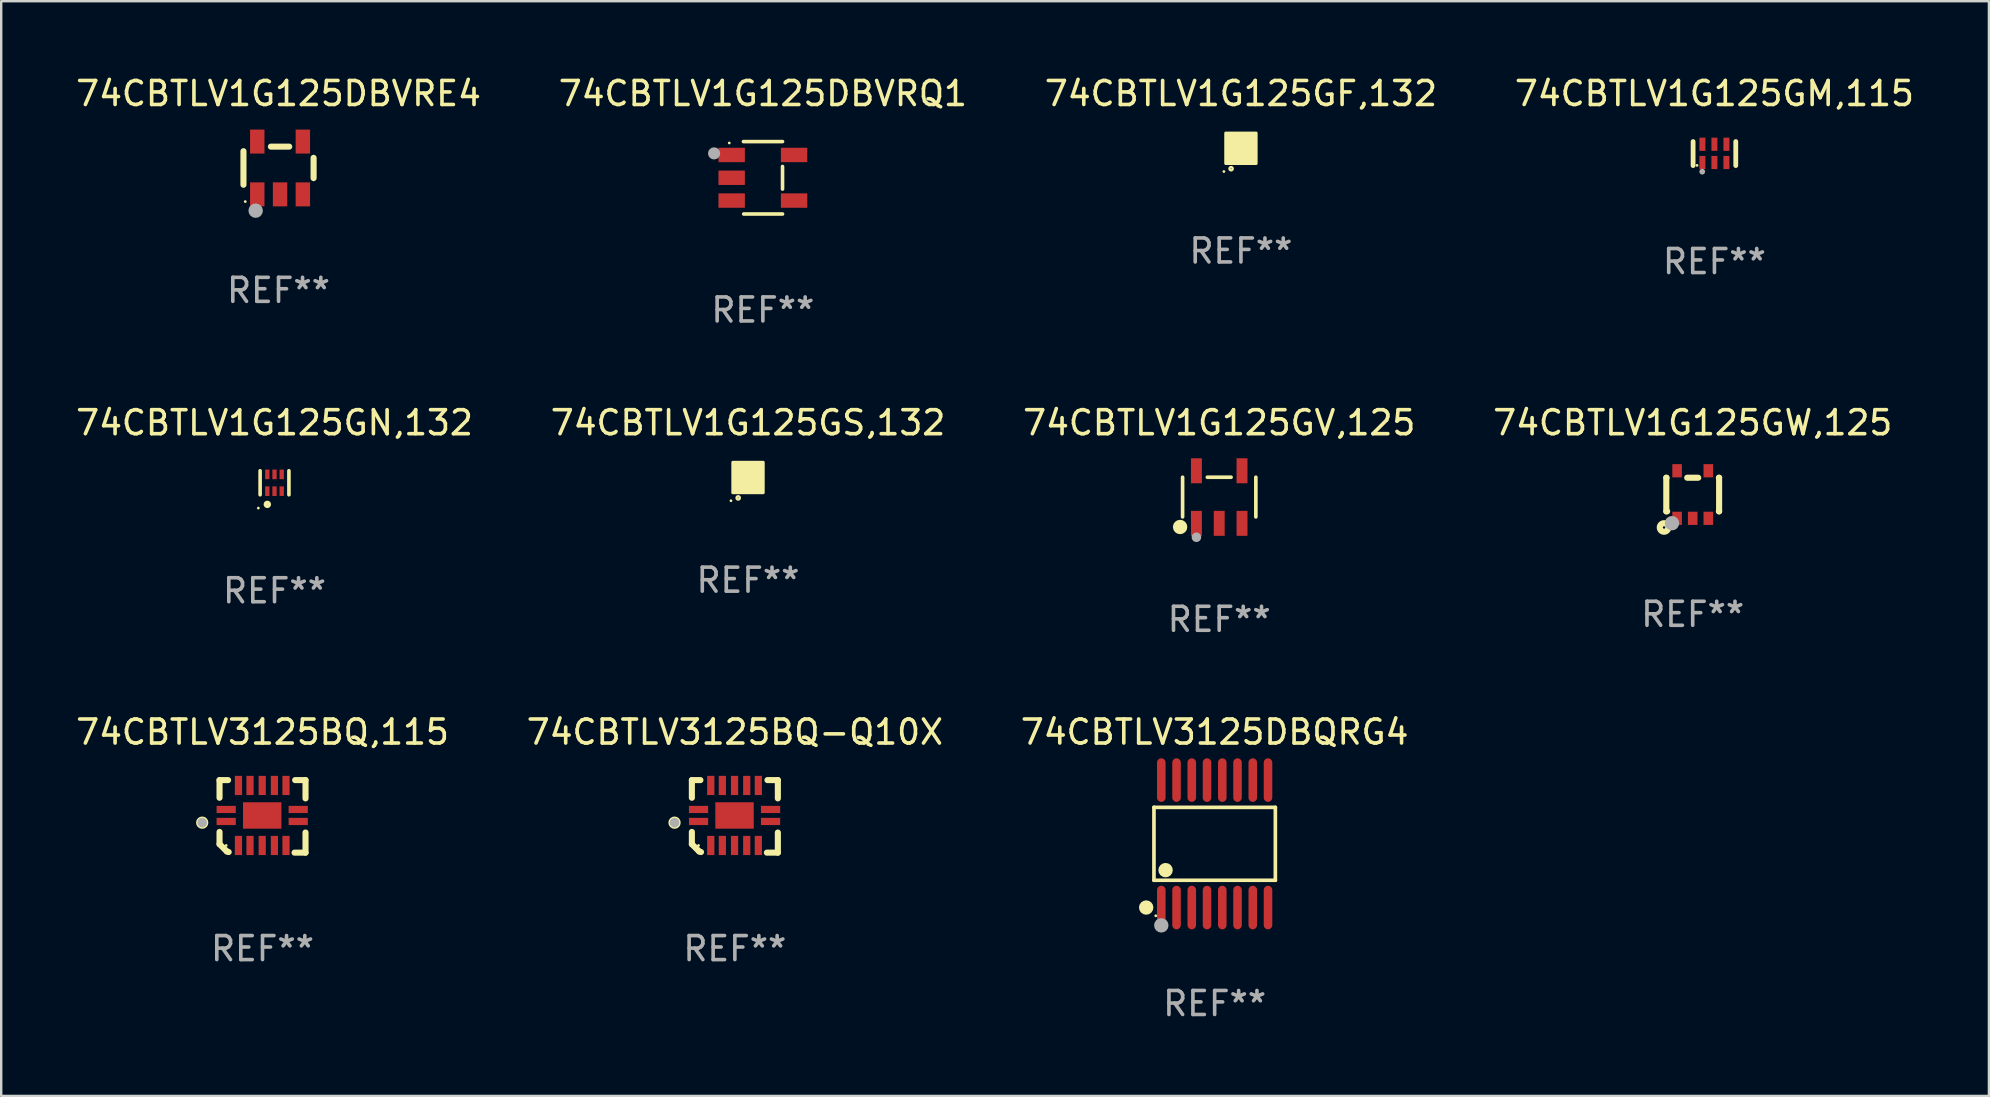
<source format=kicad_pcb>
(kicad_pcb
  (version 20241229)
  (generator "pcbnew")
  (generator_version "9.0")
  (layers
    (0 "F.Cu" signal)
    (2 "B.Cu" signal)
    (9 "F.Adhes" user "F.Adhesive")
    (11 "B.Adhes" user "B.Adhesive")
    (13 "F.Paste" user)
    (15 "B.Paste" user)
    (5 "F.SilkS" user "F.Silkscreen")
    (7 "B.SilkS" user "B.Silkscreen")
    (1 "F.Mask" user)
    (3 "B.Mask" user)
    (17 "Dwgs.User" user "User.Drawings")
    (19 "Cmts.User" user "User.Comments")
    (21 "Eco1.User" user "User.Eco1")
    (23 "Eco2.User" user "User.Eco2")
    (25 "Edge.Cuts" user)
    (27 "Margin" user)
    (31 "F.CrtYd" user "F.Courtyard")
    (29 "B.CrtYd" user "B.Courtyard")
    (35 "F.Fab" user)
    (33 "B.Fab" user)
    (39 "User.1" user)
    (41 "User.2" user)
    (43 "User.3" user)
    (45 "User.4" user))
  (footprint "74CBTLV1G125GM,115"
    (layer "F.Cu")
    (at 68.375 3.348)
    (property "Reference" "74CBTLV1G125GM,115" (at 0 -2.5 0) (layer "F.SilkS") (effects (font (size 1 1) (thickness 0.15))))
    (attr through_hole)
    (fp_line (start -0.889 0.5) (end -0.889 -0.5) (stroke (width 0.2) (type solid)) (layer "F.SilkS"))
    (fp_line (start 0.889 0.5) (end 0.889 -0.5) (stroke (width 0.2) (type solid)) (layer "F.SilkS"))
    (fp_circle (center -0.725 0.492) (end -0.695 0.492) (stroke (width 0.06) (type solid)) (fill no) (layer "F.SilkS"))
    (fp_circle (center -0.508 0.754) (end -0.448 0.754) (stroke (width 0.12) (type solid)) (fill no) (layer "F.Fab"))
    (fp_text user "REF**" (at 0 4.5 0) (layer "F.Fab") (effects (font (size 1 1) (thickness 0.15))))
    (pad "1" smd rect (at -0.5 0.372) (size 0.25 0.55) (layers "F.Cu" "F.Mask" "F.Paste"))
    (pad "2" smd rect (at -0.000127 0.372) (size 0.25 0.55) (layers "F.Cu" "F.Mask" "F.Paste"))
    (pad "3" smd rect (at 0.5 0.372) (size 0.25 0.55) (layers "F.Cu" "F.Mask" "F.Paste"))
    (pad "4" smd rect (at 0.5 -0.388 180) (size 0.25 0.55) (layers "F.Cu" "F.Mask" "F.Paste"))
    (pad "5" smd rect (at -0.000127 -0.388 180) (size 0.25 0.55) (layers "F.Cu" "F.Mask" "F.Paste"))
    (pad "6" smd rect (at -0.5 -0.388 180) (size 0.25 0.55) (layers "F.Cu" "F.Mask" "F.Paste")))
  (footprint "74CBTLV1G125GF,132"
    (layer "F.Cu")
    (at 48.649 3.128)
    (property "Reference" "74CBTLV1G125GF,132" (at 0 -2.28 0) (layer "F.SilkS") (effects (font (size 1 1) (thickness 0.15))))
    (attr through_hole)
    (fp_circle (center -0.71 0.968) (end -0.68 0.968) (stroke (width 0.06) (type solid)) (fill no) (layer "F.SilkS"))
    (fp_circle (center -0.41 0.85) (end -0.342 0.85) (stroke (width 0.1) (type solid)) (fill no) (layer "F.SilkS"))
    (fp_poly (pts (xy -0.635 -0.635) (xy 0.635 -0.635) (xy 0.635 0.635) (xy -0.635 0.635)) (stroke (width 0.12) (type solid)) (fill yes) (layer "F.SilkS"))
    (fp_text user "REF**" (at 0 4.28 0) (layer "F.Fab") (effects (font (size 1 1) (thickness 0.15))))
    (pad "1" smd rect (at -0.35 0.28 90) (size 0.35 0.2) (layers "F.Cu" "F.Mask" "F.Paste"))
    (pad "2" smd rect (at 0 0.28 90) (size 0.35 0.2) (layers "F.Cu" "F.Mask" "F.Paste"))
    (pad "3" smd rect (at 0.35 0.28 90) (size 0.35 0.2) (layers "F.Cu" "F.Mask" "F.Paste"))
    (pad "4" smd rect (at 0.35 -0.28 90) (size 0.35 0.2) (layers "F.Cu" "F.Mask" "F.Paste"))
    (pad "5" smd rect (at 0 -0.28 90) (size 0.35 0.2) (layers "F.Cu" "F.Mask" "F.Paste"))
    (pad "6" smd rect (at -0.35 -0.28 90) (size 0.35 0.2) (layers "F.Cu" "F.Mask" "F.Paste")))
  (footprint "74CBTLV1G125GN,132"
    (layer "F.Cu")
    (at 8.387 17.063)
    (property "Reference" "74CBTLV1G125GN,132" (at 0 -2.5 0) (layer "F.SilkS") (effects (font (size 1 1) (thickness 0.15))))
    (attr through_hole)
    (fp_line (start -0.6 -0.5) (end -0.6 0.5) (stroke (width 0.15) (type solid)) (layer "F.SilkS"))
    (fp_line (start 0.6 0.5) (end 0.6 -0.5) (stroke (width 0.15) (type solid)) (layer "F.SilkS"))
    (fp_circle (center -0.675 1.055) (end -0.645 1.055) (stroke (width 0.06) (type solid)) (fill no) (layer "F.SilkS"))
    (fp_circle (center -0.3 0.9) (end -0.22 0.9) (stroke (width 0.15) (type solid)) (fill no) (layer "F.SilkS"))
    (fp_text user "REF**" (at 0 4.5 0) (layer "F.Fab") (effects (font (size 1 1) (thickness 0.15))))
    (pad "1" smd rect (at -0.3 0.35) (size 0.18 0.4) (layers "F.Cu" "F.Mask" "F.Paste"))
    (pad "2" smd rect (at 0.000025 0.35) (size 0.18 0.4) (layers "F.Cu" "F.Mask" "F.Paste"))
    (pad "3" smd rect (at 0.3 0.35) (size 0.18 0.4) (layers "F.Cu" "F.Mask" "F.Paste"))
    (pad "4" smd rect (at 0.3 -0.35) (size 0.18 0.4) (layers "F.Cu" "F.Mask" "F.Paste"))
    (pad "5" smd rect (at 0.000025 -0.35) (size 0.18 0.4) (layers "F.Cu" "F.Mask" "F.Paste"))
    (pad "6" smd rect (at -0.3 -0.35) (size 0.18 0.4) (layers "F.Cu" "F.Mask" "F.Paste")))
  (footprint "74CBTLV1G125DBVRE4"
    (layer "F.Cu")
    (at 8.554 3.948)
    (property "Reference" "74CBTLV1G125DBVRE4" (at 0 -3.1 0) (layer "F.SilkS") (effects (font (size 1 1) (thickness 0.15))))
    (attr through_hole)
    (fp_line (start -1.461 -0.699) (end -1.461 0.699) (stroke (width 0.254) (type solid)) (layer "F.SilkS"))
    (fp_line (start -0.318 -0.889) (end 0.445 -0.889) (stroke (width 0.254) (type solid)) (layer "F.SilkS"))
    (fp_line (start 1.461 -0.422) (end 1.461 0.422) (stroke (width 0.254) (type solid)) (layer "F.SilkS"))
    (fp_circle (center -1.387 1.4) (end -1.357 1.4) (stroke (width 0.06) (type solid)) (fill no) (layer "F.SilkS"))
    (fp_circle (center -0.953 1.778) (end -0.802 1.778) (stroke (width 0.3) (type solid)) (fill no) (layer "F.Fab"))
    (fp_text user "REF**" (at 0 5.1 0) (layer "F.Fab") (effects (font (size 1 1) (thickness 0.15))))
    (pad "1" smd rect (at -0.886 1.1) (size 0.6 1) (layers "F.Cu" "F.Mask" "F.Paste"))
    (pad "2" smd rect (at 0.064 1.1) (size 0.6 1) (layers "F.Cu" "F.Mask" "F.Paste"))
    (pad "3" smd rect (at 1.013 1.1) (size 0.6 1) (layers "F.Cu" "F.Mask" "F.Paste"))
    (pad "4" smd rect (at 1.013 -1.1) (size 0.6 1) (layers "F.Cu" "F.Mask" "F.Paste"))
    (pad "5" smd rect (at -0.886 -1.1) (size 0.6 1) (layers "F.Cu" "F.Mask" "F.Paste")))
  (footprint "74CBTLV1G125GW,125"
    (layer "F.Cu")
    (at 67.47 17.553)
    (property "Reference" "74CBTLV1G125GW,125" (at 0 -2.991 0) (layer "F.SilkS") (effects (font (size 1 1) (thickness 0.15))))
    (attr through_hole)
    (fp_line (start -1.1 -0.7) (end -1.1 0.7) (stroke (width 0.254) (type solid)) (layer "F.SilkS"))
    (fp_line (start -1.1 -0.7) (end -1.09 -0.7) (stroke (width 0.254) (type solid)) (layer "F.SilkS"))
    (fp_line (start -1.1 0.7) (end -1.065 0.7) (stroke (width 0.254) (type solid)) (layer "F.SilkS"))
    (fp_line (start -0.23 -0.7) (end 0.23 -0.7) (stroke (width 0.254) (type solid)) (layer "F.SilkS"))
    (fp_line (start 1.09 -0.7) (end 1.1 -0.7) (stroke (width 0.254) (type solid)) (layer "F.SilkS"))
    (fp_line (start 1.09 0.7) (end 1.1 0.7) (stroke (width 0.254) (type solid)) (layer "F.SilkS"))
    (fp_line (start 1.1 -0.7) (end 1.1 0.7) (stroke (width 0.254) (type solid)) (layer "F.SilkS"))
    (fp_circle (center -1.194 1.372) (end -1.143 1.372) (stroke (width 0.254) (type solid)) (fill no) (layer "F.SilkS"))
    (fp_circle (center -1.05 1.063) (end -1.02 1.063) (stroke (width 0.06) (type solid)) (fill no) (layer "F.SilkS"))
    (fp_circle (center -0.864 1.194) (end -0.713 1.194) (stroke (width 0.3) (type solid)) (fill no) (layer "F.Fab"))
    (fp_text user "REF**" (at 0 4.991 0) (layer "F.Fab") (effects (font (size 1 1) (thickness 0.15))))
    (pad "1" smd rect (at -0.65 0.991 180) (size 0.399 0.551) (layers "F.Cu" "F.Mask" "F.Paste"))
    (pad "2" smd rect (at 0 0.991 180) (size 0.399 0.551) (layers "F.Cu" "F.Mask" "F.Paste"))
    (pad "3" smd rect (at 0.65 0.991 180) (size 0.399 0.551) (layers "F.Cu" "F.Mask" "F.Paste"))
    (pad "4" smd rect (at 0.65 -0.991 180) (size 0.399 0.551) (layers "F.Cu" "F.Mask" "F.Paste"))
    (pad "5" smd rect (at -0.65 -0.991 180) (size 0.399 0.551) (layers "F.Cu" "F.Mask" "F.Paste")))
  (footprint "74CBTLV3125BQ-Q10X"
    (layer "F.Cu")
    (at 27.565 30.961)
    (property "Reference" "74CBTLV3125BQ-Q10X" (at 0 -3.511 0) (layer "F.SilkS") (effects (font (size 1 1) (thickness 0.15))))
    (attr through_hole)
    (fp_line (start -1.791 -1.511) (end -1.435 -1.511) (stroke (width 0.254) (type solid)) (layer "F.SilkS"))
    (fp_line (start -1.791 -0.775) (end -1.791 -1.511) (stroke (width 0.254) (type solid)) (layer "F.SilkS"))
    (fp_line (start -1.791 1.156) (end -1.791 0.648) (stroke (width 0.254) (type solid)) (layer "F.SilkS"))
    (fp_line (start -1.486 1.461) (end -1.791 1.156) (stroke (width 0.254) (type solid)) (layer "F.SilkS"))
    (fp_line (start -1.41 1.486) (end -1.486 1.461) (stroke (width 0.254) (type solid)) (layer "F.SilkS"))
    (fp_line (start 1.334 1.511) (end 1.791 1.511) (stroke (width 0.254) (type solid)) (layer "F.SilkS"))
    (fp_line (start 1.791 -1.511) (end 1.359 -1.511) (stroke (width 0.254) (type solid)) (layer "F.SilkS"))
    (fp_line (start 1.791 -0.749) (end 1.791 -1.511) (stroke (width 0.254) (type solid)) (layer "F.SilkS"))
    (fp_line (start 1.791 1.511) (end 1.791 0.673) (stroke (width 0.254) (type solid)) (layer "F.SilkS"))
    (fp_circle (center -2.513 0.262) (end -2.383 0.262) (stroke (width 0.254) (type solid)) (fill no) (layer "F.SilkS"))
    (fp_circle (center -1.513 1.212) (end -1.483 1.212) (stroke (width 0.06) (type solid)) (fill no) (layer "F.SilkS"))
    (fp_circle (center -2.513 0.262) (end -2.413 0.262) (stroke (width 0.2) (type solid)) (fill no) (layer "F.Fab"))
    (fp_text user "REF**" (at 0 5.511 0) (layer "F.Fab") (effects (font (size 1 1) (thickness 0.15))))
    (pad "1" smd rect (at -1.513 0.212) (size 0.8 0.3) (layers "F.Cu" "F.Mask" "F.Paste"))
    (pad "2" smd rect (at -1.003 1.212) (size 0.3 0.8) (layers "F.Cu" "F.Mask" "F.Paste"))
    (pad "3" smd rect (at -0.521 1.212) (size 0.3 0.8) (layers "F.Cu" "F.Mask" "F.Paste"))
    (pad "4" smd rect (at -0.013 1.212) (size 0.3 0.8) (layers "F.Cu" "F.Mask" "F.Paste"))
    (pad "5" smd rect (at 0.495 1.212) (size 0.3 0.8) (layers "F.Cu" "F.Mask" "F.Paste"))
    (pad "6" smd rect (at 0.978 1.212) (size 0.3 0.8) (layers "F.Cu" "F.Mask" "F.Paste"))
    (pad "7" smd rect (at 1.487 0.212) (size 0.8 0.3) (layers "F.Cu" "F.Mask" "F.Paste"))
    (pad "8" smd rect (at 1.487 -0.288) (size 0.8 0.3) (layers "F.Cu" "F.Mask" "F.Paste"))
    (pad "9" smd rect (at 0.978 -1.288) (size 0.3 0.8) (layers "F.Cu" "F.Mask" "F.Paste"))
    (pad "10" smd rect (at 0.495 -1.288) (size 0.3 0.8) (layers "F.Cu" "F.Mask" "F.Paste"))
    (pad "11" smd rect (at -0.013 -1.288) (size 0.3 0.8) (layers "F.Cu" "F.Mask" "F.Paste"))
    (pad "12" smd rect (at -0.521 -1.288) (size 0.3 0.8) (layers "F.Cu" "F.Mask" "F.Paste"))
    (pad "13" smd rect (at -1.003 -1.288) (size 0.3 0.8) (layers "F.Cu" "F.Mask" "F.Paste"))
    (pad "14" smd rect (at -1.513 -0.288) (size 0.8 0.3) (layers "F.Cu" "F.Mask" "F.Paste"))
    (pad "15" smd rect (at -0.013 -0.038 90) (size 1.1 1.6) (layers "F.Cu" "F.Mask" "F.Paste")))
  (footprint "74CBTLV3125BQ,115"
    (layer "F.Cu")
    (at 7.887 30.961)
    (property "Reference" "74CBTLV3125BQ,115" (at 0 -3.511 0) (layer "F.SilkS") (effects (font (size 1 1) (thickness 0.15))))
    (attr through_hole)
    (fp_line (start -1.791 -1.511) (end -1.435 -1.511) (stroke (width 0.254) (type solid)) (layer "F.SilkS"))
    (fp_line (start -1.791 -0.775) (end -1.791 -1.511) (stroke (width 0.254) (type solid)) (layer "F.SilkS"))
    (fp_line (start -1.791 1.156) (end -1.791 0.648) (stroke (width 0.254) (type solid)) (layer "F.SilkS"))
    (fp_line (start -1.486 1.461) (end -1.791 1.156) (stroke (width 0.254) (type solid)) (layer "F.SilkS"))
    (fp_line (start -1.41 1.486) (end -1.486 1.461) (stroke (width 0.254) (type solid)) (layer "F.SilkS"))
    (fp_line (start 1.334 1.511) (end 1.791 1.511) (stroke (width 0.254) (type solid)) (layer "F.SilkS"))
    (fp_line (start 1.791 -1.511) (end 1.359 -1.511) (stroke (width 0.254) (type solid)) (layer "F.SilkS"))
    (fp_line (start 1.791 -0.749) (end 1.791 -1.511) (stroke (width 0.254) (type solid)) (layer "F.SilkS"))
    (fp_line (start 1.791 1.511) (end 1.791 0.673) (stroke (width 0.254) (type solid)) (layer "F.SilkS"))
    (fp_circle (center -2.513 0.262) (end -2.383 0.262) (stroke (width 0.254) (type solid)) (fill no) (layer "F.SilkS"))
    (fp_circle (center -1.513 1.212) (end -1.483 1.212) (stroke (width 0.06) (type solid)) (fill no) (layer "F.SilkS"))
    (fp_circle (center -2.513 0.262) (end -2.413 0.262) (stroke (width 0.2) (type solid)) (fill no) (layer "F.Fab"))
    (fp_text user "REF**" (at 0 5.511 0) (layer "F.Fab") (effects (font (size 1 1) (thickness 0.15))))
    (pad "1" smd rect (at -1.513 0.212) (size 0.8 0.3) (layers "F.Cu" "F.Mask" "F.Paste"))
    (pad "2" smd rect (at -1.003 1.212) (size 0.3 0.8) (layers "F.Cu" "F.Mask" "F.Paste"))
    (pad "3" smd rect (at -0.521 1.212) (size 0.3 0.8) (layers "F.Cu" "F.Mask" "F.Paste"))
    (pad "4" smd rect (at -0.013 1.212) (size 0.3 0.8) (layers "F.Cu" "F.Mask" "F.Paste"))
    (pad "5" smd rect (at 0.495 1.212) (size 0.3 0.8) (layers "F.Cu" "F.Mask" "F.Paste"))
    (pad "6" smd rect (at 0.978 1.212) (size 0.3 0.8) (layers "F.Cu" "F.Mask" "F.Paste"))
    (pad "7" smd rect (at 1.487 0.212) (size 0.8 0.3) (layers "F.Cu" "F.Mask" "F.Paste"))
    (pad "8" smd rect (at 1.487 -0.288) (size 0.8 0.3) (layers "F.Cu" "F.Mask" "F.Paste"))
    (pad "9" smd rect (at 0.978 -1.288) (size 0.3 0.8) (layers "F.Cu" "F.Mask" "F.Paste"))
    (pad "10" smd rect (at 0.495 -1.288) (size 0.3 0.8) (layers "F.Cu" "F.Mask" "F.Paste"))
    (pad "11" smd rect (at -0.013 -1.288) (size 0.3 0.8) (layers "F.Cu" "F.Mask" "F.Paste"))
    (pad "12" smd rect (at -0.521 -1.288) (size 0.3 0.8) (layers "F.Cu" "F.Mask" "F.Paste"))
    (pad "13" smd rect (at -1.003 -1.288) (size 0.3 0.8) (layers "F.Cu" "F.Mask" "F.Paste"))
    (pad "14" smd rect (at -1.513 -0.288) (size 0.8 0.3) (layers "F.Cu" "F.Mask" "F.Paste"))
    (pad "15" smd rect (at -0.013 -0.038 90) (size 1.1 1.6) (layers "F.Cu" "F.Mask" "F.Paste")))
  (footprint "74CBTLV1G125GV,125"
    (layer "F.Cu")
    (at 47.744 17.658)
    (property "Reference" "74CBTLV1G125GV,125" (at 0 -3.095 0) (layer "F.SilkS") (effects (font (size 1 1) (thickness 0.15))))
    (attr through_hole)
    (fp_line (start -1.526 0.826) (end -1.526 -0.826) (stroke (width 0.152) (type solid)) (layer "F.SilkS"))
    (fp_line (start 0.494 -0.826) (end -0.494 -0.826) (stroke (width 0.152) (type solid)) (layer "F.SilkS"))
    (fp_line (start 1.526 0.826) (end 1.526 -0.826) (stroke (width 0.152) (type solid)) (layer "F.SilkS"))
    (fp_circle (center -1.63 1.247) (end -1.48 1.247) (stroke (width 0.3) (type solid)) (fill no) (layer "F.SilkS"))
    (fp_circle (center -1.45 1.375) (end -1.42 1.375) (stroke (width 0.06) (type solid)) (fill no) (layer "F.SilkS"))
    (fp_circle (center -0.95 1.675) (end -0.85 1.675) (stroke (width 0.2) (type solid)) (fill no) (layer "F.Fab"))
    (fp_text user "REF**" (at 0 5.095 0) (layer "F.Fab") (effects (font (size 1 1) (thickness 0.15))))
    (pad "1" smd rect (at -0.95 1.095) (size 0.455 1.04) (layers "F.Cu" "F.Mask" "F.Paste"))
    (pad "2" smd rect (at 0 1.095) (size 0.455 1.04) (layers "F.Cu" "F.Mask" "F.Paste"))
    (pad "3" smd rect (at 0.95 1.095) (size 0.455 1.04) (layers "F.Cu" "F.Mask" "F.Paste"))
    (pad "4" smd rect (at 0.95 -1.095) (size 0.455 1.04) (layers "F.Cu" "F.Mask" "F.Paste"))
    (pad "5" smd rect (at -0.95 -1.095) (size 0.455 1.04) (layers "F.Cu" "F.Mask" "F.Paste")))
  (footprint "74CBTLV1G125DBVRQ1"
    (layer "F.Cu")
    (at 28.732 4.357)
    (property "Reference" "74CBTLV1G125DBVRQ1" (at 0 -3.509 0) (layer "F.SilkS") (effects (font (size 1 1) (thickness 0.15))))
    (attr through_hole)
    (fp_line (start -0.811 -1.509) (end 0.819 -1.509) (stroke (width 0.15) (type solid)) (layer "F.SilkS"))
    (fp_line (start -0.8 1.509) (end 0.82 1.509) (stroke (width 0.15) (type solid)) (layer "F.SilkS"))
    (fp_line (start 0.819 -0.472) (end 0.819 0.47) (stroke (width 0.15) (type solid)) (layer "F.SilkS"))
    (fp_circle (center -1.4 -1.451) (end -1.37 -1.451) (stroke (width 0.06) (type solid)) (fill no) (layer "F.SilkS"))
    (fp_circle (center -2.032 -1.017) (end -1.905 -1.017) (stroke (width 0.254) (type solid)) (fill no) (layer "F.Fab"))
    (fp_text user "REF**" (at 0 5.509 0) (layer "F.Fab") (effects (font (size 1 1) (thickness 0.15))))
    (pad "1" smd rect (at -1.3 -0.951) (size 1.1 0.6) (layers "F.Cu" "F.Mask" "F.Paste"))
    (pad "2" smd rect (at -1.3 -0.001) (size 1.1 0.6) (layers "F.Cu" "F.Mask" "F.Paste"))
    (pad "3" smd rect (at -1.3 0.949) (size 1.1 0.6) (layers "F.Cu" "F.Mask" "F.Paste"))
    (pad "4" smd rect (at 1.3 0.949) (size 1.1 0.6) (layers "F.Cu" "F.Mask" "F.Paste"))
    (pad "5" smd rect (at 1.3 -0.951) (size 1.1 0.6) (layers "F.Cu" "F.Mask" "F.Paste")))
  (footprint "74CBTLV1G125GS,132"
    (layer "F.Cu")
    (at 28.113 16.843)
    (property "Reference" "74CBTLV1G125GS,132" (at 0 -2.28 0) (layer "F.SilkS") (effects (font (size 1 1) (thickness 0.15))))
    (attr through_hole)
    (fp_circle (center -0.71 0.968) (end -0.68 0.968) (stroke (width 0.06) (type solid)) (fill no) (layer "F.SilkS"))
    (fp_circle (center -0.41 0.85) (end -0.342 0.85) (stroke (width 0.1) (type solid)) (fill no) (layer "F.SilkS"))
    (fp_poly (pts (xy -0.635 -0.635) (xy 0.635 -0.635) (xy 0.635 0.635) (xy -0.635 0.635)) (stroke (width 0.12) (type solid)) (fill yes) (layer "F.SilkS"))
    (fp_text user "REF**" (at 0 4.28 0) (layer "F.Fab") (effects (font (size 1 1) (thickness 0.15))))
    (pad "1" smd rect (at -0.35 0.28 90) (size 0.35 0.2) (layers "F.Cu" "F.Mask" "F.Paste"))
    (pad "2" smd rect (at 0 0.28 90) (size 0.35 0.2) (layers "F.Cu" "F.Mask" "F.Paste"))
    (pad "3" smd rect (at 0.35 0.28 90) (size 0.35 0.2) (layers "F.Cu" "F.Mask" "F.Paste"))
    (pad "4" smd rect (at 0.35 -0.28 90) (size 0.35 0.2) (layers "F.Cu" "F.Mask" "F.Paste"))
    (pad "5" smd rect (at 0 -0.28 90) (size 0.35 0.2) (layers "F.Cu" "F.Mask" "F.Paste"))
    (pad "6" smd rect (at -0.35 -0.28 90) (size 0.35 0.2) (layers "F.Cu" "F.Mask" "F.Paste")))
  (footprint "74CBTLV3125DBQRG4"
    (layer "F.Cu")
    (at 47.554 32.104)
    (property "Reference" "74CBTLV3125DBQRG4" (at 0 -4.655 0) (layer "F.SilkS") (effects (font (size 1 1) (thickness 0.15))))
    (attr through_hole)
    (fp_line (start -2.529 -1.519) (end 2.529 -1.519) (stroke (width 0.152) (type solid)) (layer "F.SilkS"))
    (fp_line (start -2.529 1.519) (end -2.529 -1.519) (stroke (width 0.152) (type solid)) (layer "F.SilkS"))
    (fp_line (start 2.529 -1.519) (end 2.529 1.519) (stroke (width 0.152) (type solid)) (layer "F.SilkS"))
    (fp_line (start 2.529 1.519) (end -2.529 1.519) (stroke (width 0.152) (type solid)) (layer "F.SilkS"))
    (fp_circle (center -2.853 2.655) (end -2.703 2.655) (stroke (width 0.3) (type solid)) (fill no) (layer "F.SilkS"))
    (fp_circle (center -2.453 2.998) (end -2.423 2.998) (stroke (width 0.06) (type solid)) (fill no) (layer "F.SilkS"))
    (fp_circle (center -2.045 1.097) (end -1.895 1.097) (stroke (width 0.3) (type solid)) (fill no) (layer "F.SilkS"))
    (fp_circle (center -2.223 3.398) (end -2.072 3.398) (stroke (width 0.3) (type solid)) (fill no) (layer "F.Fab"))
    (fp_text user "REF**" (at 0 6.655 0) (layer "F.Fab") (effects (font (size 1 1) (thickness 0.15))))
    (pad "1" smd oval (at -2.223 2.655) (size 0.356 1.815) (layers "F.Cu" "F.Mask" "F.Paste"))
    (pad "2" smd oval (at -1.588 2.655) (size 0.356 1.815) (layers "F.Cu" "F.Mask" "F.Paste"))
    (pad "3" smd oval (at -0.953 2.655) (size 0.356 1.815) (layers "F.Cu" "F.Mask" "F.Paste"))
    (pad "4" smd oval (at -0.318 2.655) (size 0.356 1.815) (layers "F.Cu" "F.Mask" "F.Paste"))
    (pad "5" smd oval (at 0.318 2.655) (size 0.356 1.815) (layers "F.Cu" "F.Mask" "F.Paste"))
    (pad "6" smd oval (at 0.953 2.655) (size 0.356 1.815) (layers "F.Cu" "F.Mask" "F.Paste"))
    (pad "7" smd oval (at 1.588 2.655) (size 0.356 1.815) (layers "F.Cu" "F.Mask" "F.Paste"))
    (pad "8" smd oval (at 2.223 2.655) (size 0.356 1.815) (layers "F.Cu" "F.Mask" "F.Paste"))
    (pad "9" smd oval (at 2.223 -2.655) (size 0.356 1.815) (layers "F.Cu" "F.Mask" "F.Paste"))
    (pad "10" smd oval (at 1.588 -2.655) (size 0.356 1.815) (layers "F.Cu" "F.Mask" "F.Paste"))
    (pad "11" smd oval (at 0.953 -2.655) (size 0.356 1.815) (layers "F.Cu" "F.Mask" "F.Paste"))
    (pad "12" smd oval (at 0.318 -2.655) (size 0.356 1.815) (layers "F.Cu" "F.Mask" "F.Paste"))
    (pad "13" smd oval (at -0.318 -2.655) (size 0.356 1.815) (layers "F.Cu" "F.Mask" "F.Paste"))
    (pad "14" smd oval (at -0.953 -2.655) (size 0.356 1.815) (layers "F.Cu" "F.Mask" "F.Paste"))
    (pad "15" smd oval (at -1.588 -2.655) (size 0.356 1.815) (layers "F.Cu" "F.Mask" "F.Paste"))
    (pad "16" smd oval (at -2.223 -2.655) (size 0.356 1.815) (layers "F.Cu" "F.Mask" "F.Paste")))
  (gr_rect
    (start -3 -3)
    (end 79.81 42.607)
    (stroke (width 0.1) (type default))
    (fill no)
    (layer "Edge.Cuts")))
</source>
